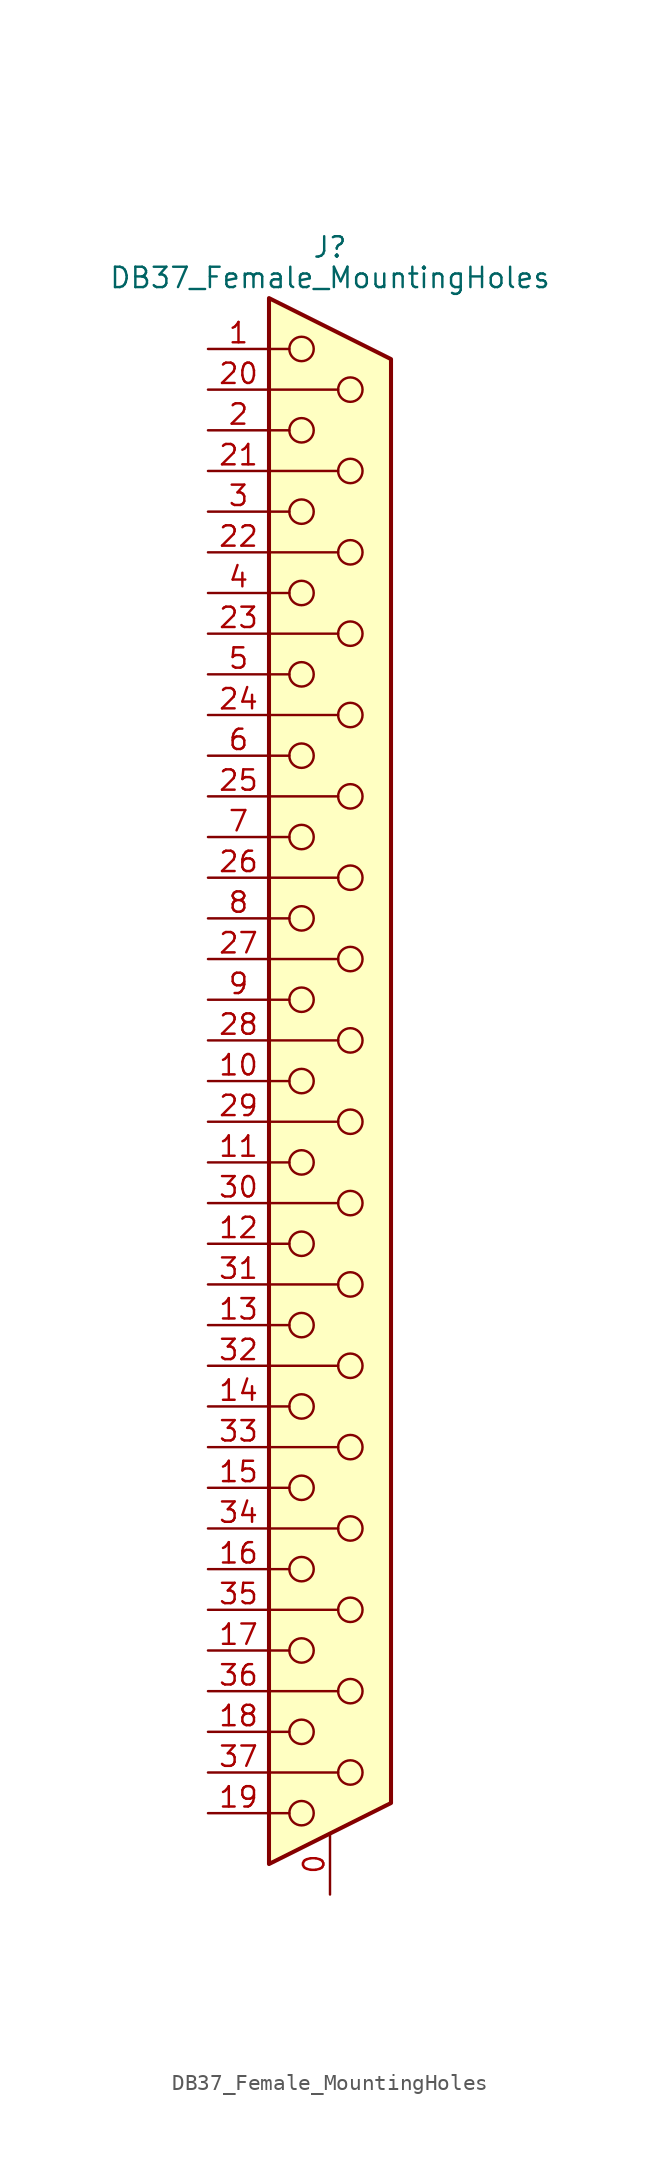
<source format=kicad_sym>
(kicad_symbol_lib
  (version 20211014)
  (generator kicad_symbol_editor)
  (symbol "DB37_Female_MountingHoles"
    (pin_names
      (offset 1.016) hide)
    (property "Reference" "J"
      (at 0 52.07 0)
      (effects (font (size 1.27 1.27))))
    (property "Value" "DB37_Female_MountingHoles"
      (at 0 50.165 0)
      (effects (font (size 1.27 1.27))))
    (symbol "DB37_Female_MountingHoles_0_1"
      (circle (center -1.778 -45.72) (radius 0.762) (stroke (width 0) (type default) (color 0 0 0 0)) (fill (type none)))
      (circle (center -1.778 -40.64) (radius 0.762) (stroke (width 0) (type default) (color 0 0 0 0)) (fill (type none)))
      (circle (center -1.778 -35.56) (radius 0.762) (stroke (width 0) (type default) (color 0 0 0 0)) (fill (type none)))
      (circle (center -1.778 -30.48) (radius 0.762) (stroke (width 0) (type default) (color 0 0 0 0)) (fill (type none)))
      (circle (center -1.778 -25.4) (radius 0.762) (stroke (width 0) (type default) (color 0 0 0 0)) (fill (type none)))
      (circle (center -1.778 -20.32) (radius 0.762) (stroke (width 0) (type default) (color 0 0 0 0)) (fill (type none)))
      (circle (center -1.778 -15.24) (radius 0.762) (stroke (width 0) (type default) (color 0 0 0 0)) (fill (type none)))
      (circle (center -1.778 -10.16) (radius 0.762) (stroke (width 0) (type default) (color 0 0 0 0)) (fill (type none)))
      (circle (center -1.778 -5.08) (radius 0.762) (stroke (width 0) (type default) (color 0 0 0 0)) (fill (type none)))
      (circle (center -1.778 0) (radius 0.762) (stroke (width 0) (type default) (color 0 0 0 0)) (fill (type none)))
      (circle (center -1.778 5.08) (radius 0.762) (stroke (width 0) (type default) (color 0 0 0 0)) (fill (type none)))
      (circle (center -1.778 10.16) (radius 0.762) (stroke (width 0) (type default) (color 0 0 0 0)) (fill (type none)))
      (circle (center -1.778 15.24) (radius 0.762) (stroke (width 0) (type default) (color 0 0 0 0)) (fill (type none)))
      (circle (center -1.778 20.32) (radius 0.762) (stroke (width 0) (type default) (color 0 0 0 0)) (fill (type none)))
      (circle (center -1.778 25.4) (radius 0.762) (stroke (width 0) (type default) (color 0 0 0 0)) (fill (type none)))
      (circle (center -1.778 30.48) (radius 0.762) (stroke (width 0) (type default) (color 0 0 0 0)) (fill (type none)))
      (circle (center -1.778 35.56) (radius 0.762) (stroke (width 0) (type default) (color 0 0 0 0)) (fill (type none)))
      (circle (center -1.778 40.64) (radius 0.762) (stroke (width 0) (type default) (color 0 0 0 0)) (fill (type none)))
      (circle (center -1.778 45.72) (radius 0.762) (stroke (width 0) (type default) (color 0 0 0 0)) (fill (type none)))
      (polyline (pts (xy -3.81 -45.72) (xy -2.54 -45.72)) (stroke (width 0) (type default) (color 0 0 0 0)) (fill (type none)))
      (polyline (pts (xy -3.81 -43.18) (xy 0.508 -43.18)) (stroke (width 0) (type default) (color 0 0 0 0)) (fill (type none)))
      (polyline (pts (xy -3.81 -40.64) (xy -2.54 -40.64)) (stroke (width 0) (type default) (color 0 0 0 0)) (fill (type none)))
      (polyline (pts (xy -3.81 -38.1) (xy 0.508 -38.1)) (stroke (width 0) (type default) (color 0 0 0 0)) (fill (type none)))
      (polyline (pts (xy -3.81 -35.56) (xy -2.54 -35.56)) (stroke (width 0) (type default) (color 0 0 0 0)) (fill (type none)))
      (polyline (pts (xy -3.81 -33.02) (xy 0.508 -33.02)) (stroke (width 0) (type default) (color 0 0 0 0)) (fill (type none)))
      (polyline (pts (xy -3.81 -30.48) (xy -2.54 -30.48)) (stroke (width 0) (type default) (color 0 0 0 0)) (fill (type none)))
      (polyline (pts (xy -3.81 -27.94) (xy 0.508 -27.94)) (stroke (width 0) (type default) (color 0 0 0 0)) (fill (type none)))
      (polyline (pts (xy -3.81 -25.4) (xy -2.54 -25.4)) (stroke (width 0) (type default) (color 0 0 0 0)) (fill (type none)))
      (polyline (pts (xy -3.81 -22.86) (xy 0.508 -22.86)) (stroke (width 0) (type default) (color 0 0 0 0)) (fill (type none)))
      (polyline (pts (xy -3.81 -20.32) (xy -2.54 -20.32)) (stroke (width 0) (type default) (color 0 0 0 0)) (fill (type none)))
      (polyline (pts (xy -3.81 -17.78) (xy 0.508 -17.78)) (stroke (width 0) (type default) (color 0 0 0 0)) (fill (type none)))
      (polyline (pts (xy -3.81 -15.24) (xy -2.54 -15.24)) (stroke (width 0) (type default) (color 0 0 0 0)) (fill (type none)))
      (polyline (pts (xy -3.81 -12.7) (xy 0.508 -12.7)) (stroke (width 0) (type default) (color 0 0 0 0)) (fill (type none)))
      (polyline (pts (xy -3.81 -10.16) (xy -2.54 -10.16)) (stroke (width 0) (type default) (color 0 0 0 0)) (fill (type none)))
      (polyline (pts (xy -3.81 -7.62) (xy 0.508 -7.62)) (stroke (width 0) (type default) (color 0 0 0 0)) (fill (type none)))
      (polyline (pts (xy -3.81 -5.08) (xy -2.54 -5.08)) (stroke (width 0) (type default) (color 0 0 0 0)) (fill (type none)))
      (polyline (pts (xy -3.81 -2.54) (xy 0.508 -2.54)) (stroke (width 0) (type default) (color 0 0 0 0)) (fill (type none)))
      (polyline (pts (xy -3.81 0) (xy -2.54 0)) (stroke (width 0) (type default) (color 0 0 0 0)) (fill (type none)))
      (polyline (pts (xy -3.81 2.54) (xy 0.508 2.54)) (stroke (width 0) (type default) (color 0 0 0 0)) (fill (type none)))
      (polyline (pts (xy -3.81 5.08) (xy -2.54 5.08)) (stroke (width 0) (type default) (color 0 0 0 0)) (fill (type none)))
      (polyline (pts (xy -3.81 7.62) (xy 0.508 7.62)) (stroke (width 0) (type default) (color 0 0 0 0)) (fill (type none)))
      (polyline (pts (xy -3.81 10.16) (xy -2.54 10.16)) (stroke (width 0) (type default) (color 0 0 0 0)) (fill (type none)))
      (polyline (pts (xy -3.81 12.7) (xy 0.508 12.7)) (stroke (width 0) (type default) (color 0 0 0 0)) (fill (type none)))
      (polyline (pts (xy -3.81 15.24) (xy -2.54 15.24)) (stroke (width 0) (type default) (color 0 0 0 0)) (fill (type none)))
      (polyline (pts (xy -3.81 17.78) (xy 0.508 17.78)) (stroke (width 0) (type default) (color 0 0 0 0)) (fill (type none)))
      (polyline (pts (xy -3.81 20.32) (xy -2.54 20.32)) (stroke (width 0) (type default) (color 0 0 0 0)) (fill (type none)))
      (polyline (pts (xy -3.81 22.86) (xy 0.508 22.86)) (stroke (width 0) (type default) (color 0 0 0 0)) (fill (type none)))
      (polyline (pts (xy -3.81 25.4) (xy -2.54 25.4)) (stroke (width 0) (type default) (color 0 0 0 0)) (fill (type none)))
      (polyline (pts (xy -3.81 27.94) (xy 0.508 27.94)) (stroke (width 0) (type default) (color 0 0 0 0)) (fill (type none)))
      (polyline (pts (xy -3.81 30.48) (xy -2.54 30.48)) (stroke (width 0) (type default) (color 0 0 0 0)) (fill (type none)))
      (polyline (pts (xy -3.81 33.02) (xy 0.508 33.02)) (stroke (width 0) (type default) (color 0 0 0 0)) (fill (type none)))
      (polyline (pts (xy -3.81 35.56) (xy -2.54 35.56)) (stroke (width 0) (type default) (color 0 0 0 0)) (fill (type none)))
      (polyline (pts (xy -3.81 38.1) (xy 0.508 38.1)) (stroke (width 0) (type default) (color 0 0 0 0)) (fill (type none)))
      (polyline (pts (xy -3.81 40.64) (xy -2.54 40.64)) (stroke (width 0) (type default) (color 0 0 0 0)) (fill (type none)))
      (polyline (pts (xy -3.81 43.18) (xy 0.508 43.18)) (stroke (width 0) (type default) (color 0 0 0 0)) (fill (type none)))
      (polyline (pts (xy -3.81 45.72) (xy -2.54 45.72)) (stroke (width 0) (type default) (color 0 0 0 0)) (fill (type none)))
      (polyline (pts (xy -3.81 -48.895) (xy 3.81 -45.085) (xy 3.81 45.085) (xy -3.81 48.895) (xy -3.81 -48.895)) (stroke (width 0.254) (type default) (color 0 0 0 0)) (fill (type background)))
      (circle (center 1.27 -43.18) (radius 0.762) (stroke (width 0) (type default) (color 0 0 0 0)) (fill (type none)))
      (circle (center 1.27 -38.1) (radius 0.762) (stroke (width 0) (type default) (color 0 0 0 0)) (fill (type none)))
      (circle (center 1.27 -33.02) (radius 0.762) (stroke (width 0) (type default) (color 0 0 0 0)) (fill (type none)))
      (circle (center 1.27 -27.94) (radius 0.762) (stroke (width 0) (type default) (color 0 0 0 0)) (fill (type none)))
      (circle (center 1.27 -22.86) (radius 0.762) (stroke (width 0) (type default) (color 0 0 0 0)) (fill (type none)))
      (circle (center 1.27 -17.78) (radius 0.762) (stroke (width 0) (type default) (color 0 0 0 0)) (fill (type none)))
      (circle (center 1.27 -12.7) (radius 0.762) (stroke (width 0) (type default) (color 0 0 0 0)) (fill (type none)))
      (circle (center 1.27 -7.62) (radius 0.762) (stroke (width 0) (type default) (color 0 0 0 0)) (fill (type none)))
      (circle (center 1.27 -2.54) (radius 0.762) (stroke (width 0) (type default) (color 0 0 0 0)) (fill (type none)))
      (circle (center 1.27 2.54) (radius 0.762) (stroke (width 0) (type default) (color 0 0 0 0)) (fill (type none)))
      (circle (center 1.27 7.62) (radius 0.762) (stroke (width 0) (type default) (color 0 0 0 0)) (fill (type none)))
      (circle (center 1.27 12.7) (radius 0.762) (stroke (width 0) (type default) (color 0 0 0 0)) (fill (type none)))
      (circle (center 1.27 17.78) (radius 0.762) (stroke (width 0) (type default) (color 0 0 0 0)) (fill (type none)))
      (circle (center 1.27 22.86) (radius 0.762) (stroke (width 0) (type default) (color 0 0 0 0)) (fill (type none)))
      (circle (center 1.27 27.94) (radius 0.762) (stroke (width 0) (type default) (color 0 0 0 0)) (fill (type none)))
      (circle (center 1.27 33.02) (radius 0.762) (stroke (width 0) (type default) (color 0 0 0 0)) (fill (type none)))
      (circle (center 1.27 38.1) (radius 0.762) (stroke (width 0) (type default) (color 0 0 0 0)) (fill (type none)))
      (circle (center 1.27 43.18) (radius 0.762) (stroke (width 0) (type default) (color 0 0 0 0)) (fill (type none))))
    (symbol "DB37_Female_MountingHoles_1_1"
      (pin passive line (at 0 -50.8 90) (length 3.81) (name "PAD" (effects (font (size 1.27 1.27)))) (number "0" (effects (font (size 1.27 1.27)))))
      (pin passive line (at -7.62 45.72 0) (length 3.81) (name "1" (effects (font (size 1.27 1.27)))) (number "1" (effects (font (size 1.27 1.27)))))
      (pin passive line (at -7.62 0 0) (length 3.81) (name "10" (effects (font (size 1.27 1.27)))) (number "10" (effects (font (size 1.27 1.27)))))
      (pin passive line (at -7.62 -5.08 0) (length 3.81) (name "11" (effects (font (size 1.27 1.27)))) (number "11" (effects (font (size 1.27 1.27)))))
      (pin passive line (at -7.62 -10.16 0) (length 3.81) (name "12" (effects (font (size 1.27 1.27)))) (number "12" (effects (font (size 1.27 1.27)))))
      (pin passive line (at -7.62 -15.24 0) (length 3.81) (name "13" (effects (font (size 1.27 1.27)))) (number "13" (effects (font (size 1.27 1.27)))))
      (pin passive line (at -7.62 -20.32 0) (length 3.81) (name "14" (effects (font (size 1.27 1.27)))) (number "14" (effects (font (size 1.27 1.27)))))
      (pin passive line (at -7.62 -25.4 0) (length 3.81) (name "15" (effects (font (size 1.27 1.27)))) (number "15" (effects (font (size 1.27 1.27)))))
      (pin passive line (at -7.62 -30.48 0) (length 3.81) (name "16" (effects (font (size 1.27 1.27)))) (number "16" (effects (font (size 1.27 1.27)))))
      (pin passive line (at -7.62 -35.56 0) (length 3.81) (name "17" (effects (font (size 1.27 1.27)))) (number "17" (effects (font (size 1.27 1.27)))))
      (pin passive line (at -7.62 -40.64 0) (length 3.81) (name "18" (effects (font (size 1.27 1.27)))) (number "18" (effects (font (size 1.27 1.27)))))
      (pin passive line (at -7.62 -45.72 0) (length 3.81) (name "19" (effects (font (size 1.27 1.27)))) (number "19" (effects (font (size 1.27 1.27)))))
      (pin passive line (at -7.62 40.64 0) (length 3.81) (name "2" (effects (font (size 1.27 1.27)))) (number "2" (effects (font (size 1.27 1.27)))))
      (pin passive line (at -7.62 43.18 0) (length 3.81) (name "20" (effects (font (size 1.27 1.27)))) (number "20" (effects (font (size 1.27 1.27)))))
      (pin passive line (at -7.62 38.1 0) (length 3.81) (name "21" (effects (font (size 1.27 1.27)))) (number "21" (effects (font (size 1.27 1.27)))))
      (pin passive line (at -7.62 33.02 0) (length 3.81) (name "22" (effects (font (size 1.27 1.27)))) (number "22" (effects (font (size 1.27 1.27)))))
      (pin passive line (at -7.62 27.94 0) (length 3.81) (name "23" (effects (font (size 1.27 1.27)))) (number "23" (effects (font (size 1.27 1.27)))))
      (pin passive line (at -7.62 22.86 0) (length 3.81) (name "24" (effects (font (size 1.27 1.27)))) (number "24" (effects (font (size 1.27 1.27)))))
      (pin passive line (at -7.62 17.78 0) (length 3.81) (name "25" (effects (font (size 1.27 1.27)))) (number "25" (effects (font (size 1.27 1.27)))))
      (pin passive line (at -7.62 12.7 0) (length 3.81) (name "26" (effects (font (size 1.27 1.27)))) (number "26" (effects (font (size 1.27 1.27)))))
      (pin passive line (at -7.62 7.62 0) (length 3.81) (name "27" (effects (font (size 1.27 1.27)))) (number "27" (effects (font (size 1.27 1.27)))))
      (pin passive line (at -7.62 2.54 0) (length 3.81) (name "28" (effects (font (size 1.27 1.27)))) (number "28" (effects (font (size 1.27 1.27)))))
      (pin passive line (at -7.62 -2.54 0) (length 3.81) (name "29" (effects (font (size 1.27 1.27)))) (number "29" (effects (font (size 1.27 1.27)))))
      (pin passive line (at -7.62 35.56 0) (length 3.81) (name "3" (effects (font (size 1.27 1.27)))) (number "3" (effects (font (size 1.27 1.27)))))
      (pin passive line (at -7.62 -7.62 0) (length 3.81) (name "30" (effects (font (size 1.27 1.27)))) (number "30" (effects (font (size 1.27 1.27)))))
      (pin passive line (at -7.62 -12.7 0) (length 3.81) (name "31" (effects (font (size 1.27 1.27)))) (number "31" (effects (font (size 1.27 1.27)))))
      (pin passive line (at -7.62 -17.78 0) (length 3.81) (name "32" (effects (font (size 1.27 1.27)))) (number "32" (effects (font (size 1.27 1.27)))))
      (pin passive line (at -7.62 -22.86 0) (length 3.81) (name "33" (effects (font (size 1.27 1.27)))) (number "33" (effects (font (size 1.27 1.27)))))
      (pin passive line (at -7.62 -27.94 0) (length 3.81) (name "34" (effects (font (size 1.27 1.27)))) (number "34" (effects (font (size 1.27 1.27)))))
      (pin passive line (at -7.62 -33.02 0) (length 3.81) (name "35" (effects (font (size 1.27 1.27)))) (number "35" (effects (font (size 1.27 1.27)))))
      (pin passive line (at -7.62 -38.1 0) (length 3.81) (name "36" (effects (font (size 1.27 1.27)))) (number "36" (effects (font (size 1.27 1.27)))))
      (pin passive line (at -7.62 -43.18 0) (length 3.81) (name "37" (effects (font (size 1.27 1.27)))) (number "37" (effects (font (size 1.27 1.27)))))
      (pin passive line (at -7.62 30.48 0) (length 3.81) (name "4" (effects (font (size 1.27 1.27)))) (number "4" (effects (font (size 1.27 1.27)))))
      (pin passive line (at -7.62 25.4 0) (length 3.81) (name "5" (effects (font (size 1.27 1.27)))) (number "5" (effects (font (size 1.27 1.27)))))
      (pin passive line (at -7.62 20.32 0) (length 3.81) (name "6" (effects (font (size 1.27 1.27)))) (number "6" (effects (font (size 1.27 1.27)))))
      (pin passive line (at -7.62 15.24 0) (length 3.81) (name "7" (effects (font (size 1.27 1.27)))) (number "7" (effects (font (size 1.27 1.27)))))
      (pin passive line (at -7.62 10.16 0) (length 3.81) (name "8" (effects (font (size 1.27 1.27)))) (number "8" (effects (font (size 1.27 1.27)))))
      (pin passive line (at -7.62 5.08 0) (length 3.81) (name "9" (effects (font (size 1.27 1.27)))) (number "9" (effects (font (size 1.27 1.27))))))))
</source>
